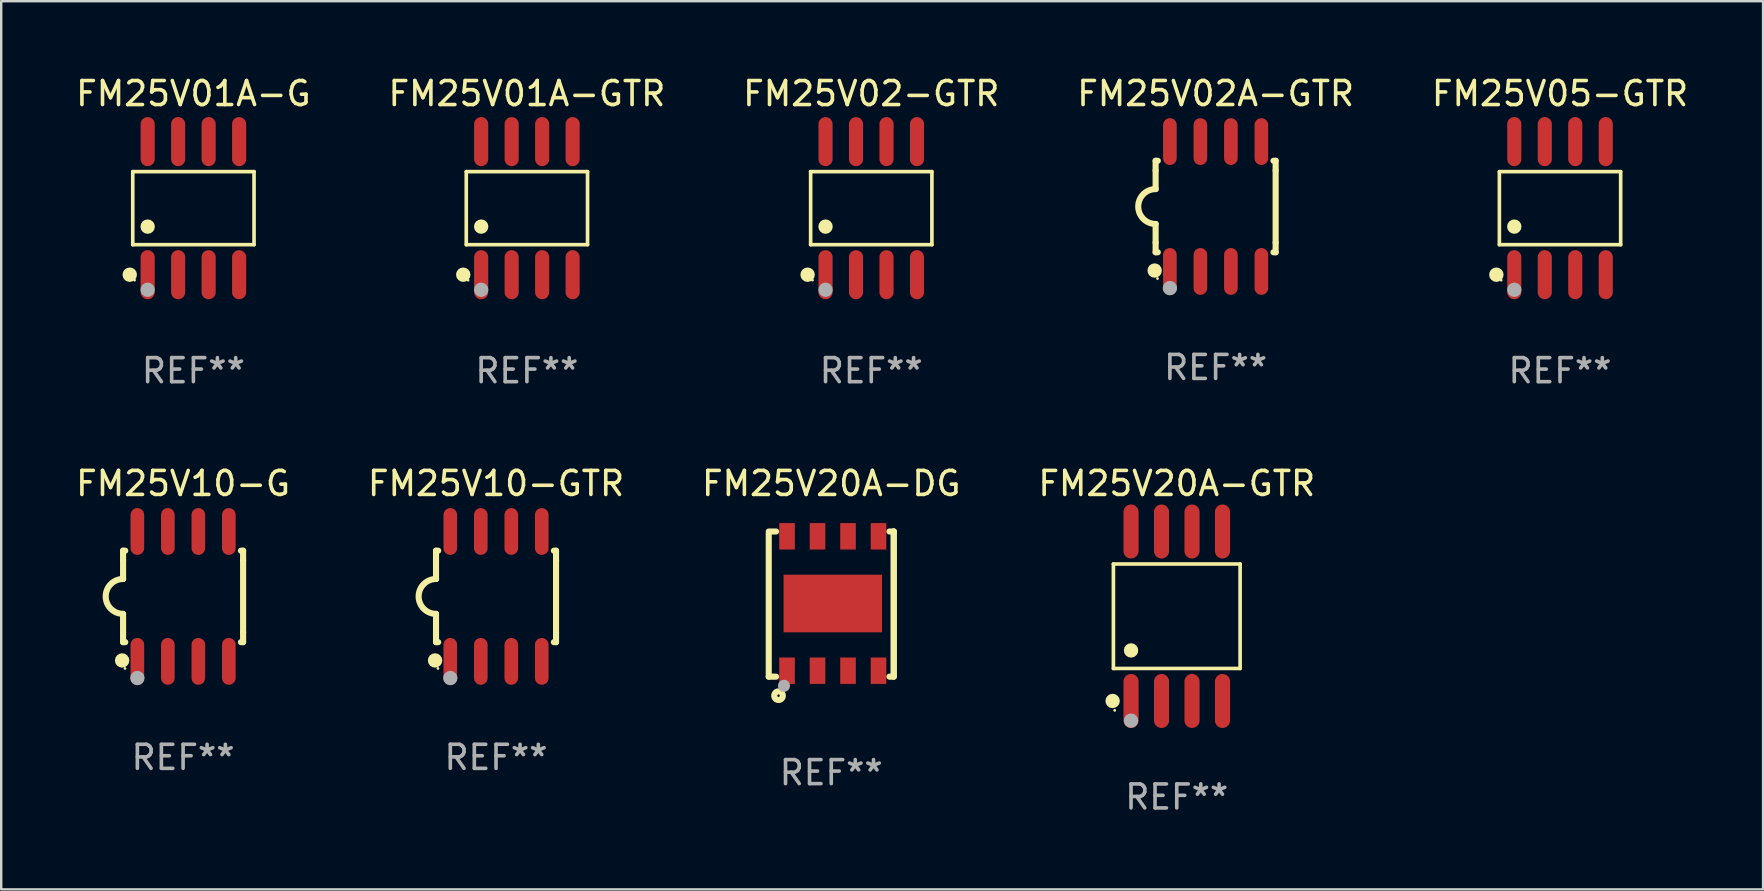
<source format=kicad_pcb>
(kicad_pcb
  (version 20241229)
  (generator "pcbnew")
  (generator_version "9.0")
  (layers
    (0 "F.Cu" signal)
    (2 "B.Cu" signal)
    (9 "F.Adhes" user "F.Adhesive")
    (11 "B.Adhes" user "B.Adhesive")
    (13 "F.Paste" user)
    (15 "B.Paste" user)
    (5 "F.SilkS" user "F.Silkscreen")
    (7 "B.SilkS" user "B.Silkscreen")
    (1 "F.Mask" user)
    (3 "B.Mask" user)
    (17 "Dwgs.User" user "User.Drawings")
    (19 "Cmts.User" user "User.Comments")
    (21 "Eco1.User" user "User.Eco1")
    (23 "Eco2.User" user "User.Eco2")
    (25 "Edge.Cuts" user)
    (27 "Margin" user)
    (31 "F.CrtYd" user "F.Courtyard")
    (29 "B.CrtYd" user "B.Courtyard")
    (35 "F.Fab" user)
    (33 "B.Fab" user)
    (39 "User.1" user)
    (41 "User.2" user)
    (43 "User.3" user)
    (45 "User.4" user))
  (footprint "FM25V20A-GTR"
    (layer "F.Cu")
    (at 45.97 22.62)
    (property "Reference" "FM25V20A-GTR" (at 0 -5.53 0) (layer "F.SilkS") (effects (font (size 1 1) (thickness 0.15))))
    (attr through_hole)
    (fp_line (start -2.639 -2.176) (end 2.639 -2.176) (stroke (width 0.152) (type solid)) (layer "F.SilkS"))
    (fp_line (start -2.639 2.176) (end -2.639 -2.176) (stroke (width 0.152) (type solid)) (layer "F.SilkS"))
    (fp_line (start 2.639 -2.176) (end 2.639 2.176) (stroke (width 0.152) (type solid)) (layer "F.SilkS"))
    (fp_line (start 2.639 2.176) (end -2.639 2.176) (stroke (width 0.152) (type solid)) (layer "F.SilkS"))
    (fp_circle (center -2.672 3.53) (end -2.522 3.53) (stroke (width 0.3) (type solid)) (fill no) (layer "F.SilkS"))
    (fp_circle (center -2.585 3.92) (end -2.555 3.92) (stroke (width 0.06) (type solid)) (fill no) (layer "F.SilkS"))
    (fp_circle (center -1.905 1.424) (end -1.755 1.424) (stroke (width 0.3) (type solid)) (fill no) (layer "F.SilkS"))
    (fp_circle (center -1.905 4.35) (end -1.755 4.35) (stroke (width 0.3) (type solid)) (fill no) (layer "F.Fab"))
    (fp_text user "REF**" (at 0 7.53 0) (layer "F.Fab") (effects (font (size 1 1) (thickness 0.15))))
    (pad "1" smd oval (at -1.905 3.53) (size 0.63 2.25) (layers "F.Cu" "F.Mask" "F.Paste"))
    (pad "2" smd oval (at -0.635 3.53) (size 0.63 2.25) (layers "F.Cu" "F.Mask" "F.Paste"))
    (pad "3" smd oval (at 0.635 3.53) (size 0.63 2.25) (layers "F.Cu" "F.Mask" "F.Paste"))
    (pad "4" smd oval (at 1.905 3.53) (size 0.63 2.25) (layers "F.Cu" "F.Mask" "F.Paste"))
    (pad "5" smd oval (at 1.905 -3.53) (size 0.63 2.25) (layers "F.Cu" "F.Mask" "F.Paste"))
    (pad "6" smd oval (at 0.635 -3.53) (size 0.63 2.25) (layers "F.Cu" "F.Mask" "F.Paste"))
    (pad "7" smd oval (at -0.635 -3.53) (size 0.63 2.25) (layers "F.Cu" "F.Mask" "F.Paste"))
    (pad "8" smd oval (at -1.905 -3.53) (size 0.63 2.25) (layers "F.Cu" "F.Mask" "F.Paste")))
  (footprint "FM25V10-GTR"
    (layer "F.Cu")
    (at 17.613 21.795)
    (property "Reference" "FM25V10-GTR" (at 0 -4.705 0) (layer "F.SilkS") (effects (font (size 1 1) (thickness 0.15))))
    (attr through_hole)
    (fp_line (start -2.5 -1.905) (end -2.409 -1.905) (stroke (width 0.254) (type solid)) (layer "F.SilkS"))
    (fp_line (start -2.5 -1.5) (end -2.5 -1.905) (stroke (width 0.254) (type solid)) (layer "F.SilkS"))
    (fp_line (start -2.5 -1.5) (end -2.5 -0.726) (stroke (width 0.254) (type solid)) (layer "F.SilkS"))
    (fp_line (start -2.5 1.5) (end -2.5 0.727) (stroke (width 0.254) (type solid)) (layer "F.SilkS"))
    (fp_line (start -2.5 1.5) (end -2.5 1.905) (stroke (width 0.254) (type solid)) (layer "F.SilkS"))
    (fp_line (start -2.5 1.905) (end -2.409 1.905) (stroke (width 0.254) (type solid)) (layer "F.SilkS"))
    (fp_line (start 2.5 -1.905) (end 2.409 -1.905) (stroke (width 0.254) (type solid)) (layer "F.SilkS"))
    (fp_line (start 2.5 -1.5) (end 2.5 -1.905) (stroke (width 0.254) (type solid)) (layer "F.SilkS"))
    (fp_line (start 2.5 -1.5) (end 2.5 1.5) (stroke (width 0.254) (type solid)) (layer "F.SilkS"))
    (fp_line (start 2.5 1.5) (end 2.5 1.905) (stroke (width 0.254) (type solid)) (layer "F.SilkS"))
    (fp_line (start 2.5 1.905) (end 2.409 1.905) (stroke (width 0.254) (type solid)) (layer "F.SilkS"))
    (fp_arc (start -2.5 0.726568) (mid -3.220316 -0.0023) (end -2.495097 -0.726289) (stroke (width 0.254001) (type solid)) (layer "F.SilkS"))
    (fp_circle (center -2.54 2.667) (end -2.39 2.667) (stroke (width 0.3) (type solid)) (fill no) (layer "F.SilkS"))
    (fp_circle (center -2.42 3) (end -2.39 3) (stroke (width 0.06) (type solid)) (fill no) (layer "F.SilkS"))
    (fp_circle (center -1.905 3.4) (end -1.755 3.4) (stroke (width 0.3) (type solid)) (fill no) (layer "F.Fab"))
    (fp_text user "REF**" (at 0 6.705 0) (layer "F.Fab") (effects (font (size 1 1) (thickness 0.15))))
    (pad "1" smd oval (at -1.905 2.705) (size 0.568 1.95) (layers "F.Cu" "F.Mask" "F.Paste"))
    (pad "2" smd oval (at -0.635 2.705) (size 0.568 1.95) (layers "F.Cu" "F.Mask" "F.Paste"))
    (pad "3" smd oval (at 0.635 2.705) (size 0.568 1.95) (layers "F.Cu" "F.Mask" "F.Paste"))
    (pad "4" smd oval (at 1.905 2.705) (size 0.568 1.95) (layers "F.Cu" "F.Mask" "F.Paste"))
    (pad "5" smd oval (at 1.905 -2.705) (size 0.568 1.95) (layers "F.Cu" "F.Mask" "F.Paste"))
    (pad "6" smd oval (at 0.635 -2.705) (size 0.568 1.95) (layers "F.Cu" "F.Mask" "F.Paste"))
    (pad "7" smd oval (at -0.635 -2.705) (size 0.568 1.95) (layers "F.Cu" "F.Mask" "F.Paste"))
    (pad "8" smd oval (at -1.905 -2.705) (size 0.568 1.95) (layers "F.Cu" "F.Mask" "F.Paste")))
  (footprint "FM25V02-GTR"
    (layer "F.Cu")
    (at 33.244 5.621)
    (property "Reference" "FM25V02-GTR" (at 0 -4.772 0) (layer "F.SilkS") (effects (font (size 1 1) (thickness 0.15))))
    (attr through_hole)
    (fp_line (start -2.526 -1.521) (end 2.526 -1.521) (stroke (width 0.152) (type solid)) (layer "F.SilkS"))
    (fp_line (start -2.526 1.521) (end -2.526 -1.521) (stroke (width 0.152) (type solid)) (layer "F.SilkS"))
    (fp_line (start 2.526 -1.521) (end 2.526 1.521) (stroke (width 0.152) (type solid)) (layer "F.SilkS"))
    (fp_line (start 2.526 1.521) (end -2.526 1.521) (stroke (width 0.152) (type solid)) (layer "F.SilkS"))
    (fp_circle (center -2.652 2.772) (end -2.501 2.772) (stroke (width 0.3) (type solid)) (fill no) (layer "F.SilkS"))
    (fp_circle (center -2.45 3) (end -2.42 3) (stroke (width 0.06) (type solid)) (fill no) (layer "F.SilkS"))
    (fp_circle (center -1.905 0.769) (end -1.755 0.769) (stroke (width 0.3) (type solid)) (fill no) (layer "F.SilkS"))
    (fp_circle (center -1.905 3.4) (end -1.755 3.4) (stroke (width 0.3) (type solid)) (fill no) (layer "F.Fab"))
    (fp_text user "REF**" (at 0 6.772 0) (layer "F.Fab") (effects (font (size 1 1) (thickness 0.15))))
    (pad "1" smd oval (at -1.905 2.772) (size 0.588 2.045) (layers "F.Cu" "F.Mask" "F.Paste"))
    (pad "2" smd oval (at -0.635 2.772) (size 0.588 2.045) (layers "F.Cu" "F.Mask" "F.Paste"))
    (pad "3" smd oval (at 0.635 2.772) (size 0.588 2.045) (layers "F.Cu" "F.Mask" "F.Paste"))
    (pad "4" smd oval (at 1.905 2.772) (size 0.588 2.045) (layers "F.Cu" "F.Mask" "F.Paste"))
    (pad "5" smd oval (at 1.905 -2.772) (size 0.588 2.045) (layers "F.Cu" "F.Mask" "F.Paste"))
    (pad "6" smd oval (at 0.635 -2.772) (size 0.588 2.045) (layers "F.Cu" "F.Mask" "F.Paste"))
    (pad "7" smd oval (at -0.635 -2.772) (size 0.588 2.045) (layers "F.Cu" "F.Mask" "F.Paste"))
    (pad "8" smd oval (at -1.905 -2.772) (size 0.588 2.045) (layers "F.Cu" "F.Mask" "F.Paste")))
  (footprint "FM25V05-GTR"
    (layer "F.Cu")
    (at 61.935 5.621)
    (property "Reference" "FM25V05-GTR" (at 0 -4.772 0) (layer "F.SilkS") (effects (font (size 1 1) (thickness 0.15))))
    (attr through_hole)
    (fp_line (start -2.526 -1.521) (end 2.526 -1.521) (stroke (width 0.152) (type solid)) (layer "F.SilkS"))
    (fp_line (start -2.526 1.521) (end -2.526 -1.521) (stroke (width 0.152) (type solid)) (layer "F.SilkS"))
    (fp_line (start 2.526 -1.521) (end 2.526 1.521) (stroke (width 0.152) (type solid)) (layer "F.SilkS"))
    (fp_line (start 2.526 1.521) (end -2.526 1.521) (stroke (width 0.152) (type solid)) (layer "F.SilkS"))
    (fp_circle (center -2.652 2.772) (end -2.501 2.772) (stroke (width 0.3) (type solid)) (fill no) (layer "F.SilkS"))
    (fp_circle (center -2.45 3) (end -2.42 3) (stroke (width 0.06) (type solid)) (fill no) (layer "F.SilkS"))
    (fp_circle (center -1.905 0.769) (end -1.755 0.769) (stroke (width 0.3) (type solid)) (fill no) (layer "F.SilkS"))
    (fp_circle (center -1.905 3.4) (end -1.755 3.4) (stroke (width 0.3) (type solid)) (fill no) (layer "F.Fab"))
    (fp_text user "REF**" (at 0 6.772 0) (layer "F.Fab") (effects (font (size 1 1) (thickness 0.15))))
    (pad "1" smd oval (at -1.905 2.772) (size 0.588 2.045) (layers "F.Cu" "F.Mask" "F.Paste"))
    (pad "2" smd oval (at -0.635 2.772) (size 0.588 2.045) (layers "F.Cu" "F.Mask" "F.Paste"))
    (pad "3" smd oval (at 0.635 2.772) (size 0.588 2.045) (layers "F.Cu" "F.Mask" "F.Paste"))
    (pad "4" smd oval (at 1.905 2.772) (size 0.588 2.045) (layers "F.Cu" "F.Mask" "F.Paste"))
    (pad "5" smd oval (at 1.905 -2.772) (size 0.588 2.045) (layers "F.Cu" "F.Mask" "F.Paste"))
    (pad "6" smd oval (at 0.635 -2.772) (size 0.588 2.045) (layers "F.Cu" "F.Mask" "F.Paste"))
    (pad "7" smd oval (at -0.635 -2.772) (size 0.588 2.045) (layers "F.Cu" "F.Mask" "F.Paste"))
    (pad "8" smd oval (at -1.905 -2.772) (size 0.588 2.045) (layers "F.Cu" "F.Mask" "F.Paste")))
  (footprint "FM25V10-G"
    (layer "F.Cu")
    (at 4.577 21.795)
    (property "Reference" "FM25V10-G" (at 0 -4.705 0) (layer "F.SilkS") (effects (font (size 1 1) (thickness 0.15))))
    (attr through_hole)
    (fp_line (start -2.5 -1.905) (end -2.409 -1.905) (stroke (width 0.254) (type solid)) (layer "F.SilkS"))
    (fp_line (start -2.5 -1.5) (end -2.5 -1.905) (stroke (width 0.254) (type solid)) (layer "F.SilkS"))
    (fp_line (start -2.5 -1.5) (end -2.5 -0.726) (stroke (width 0.254) (type solid)) (layer "F.SilkS"))
    (fp_line (start -2.5 1.5) (end -2.5 0.727) (stroke (width 0.254) (type solid)) (layer "F.SilkS"))
    (fp_line (start -2.5 1.5) (end -2.5 1.905) (stroke (width 0.254) (type solid)) (layer "F.SilkS"))
    (fp_line (start -2.5 1.905) (end -2.409 1.905) (stroke (width 0.254) (type solid)) (layer "F.SilkS"))
    (fp_line (start 2.5 -1.905) (end 2.409 -1.905) (stroke (width 0.254) (type solid)) (layer "F.SilkS"))
    (fp_line (start 2.5 -1.5) (end 2.5 -1.905) (stroke (width 0.254) (type solid)) (layer "F.SilkS"))
    (fp_line (start 2.5 -1.5) (end 2.5 1.5) (stroke (width 0.254) (type solid)) (layer "F.SilkS"))
    (fp_line (start 2.5 1.5) (end 2.5 1.905) (stroke (width 0.254) (type solid)) (layer "F.SilkS"))
    (fp_line (start 2.5 1.905) (end 2.409 1.905) (stroke (width 0.254) (type solid)) (layer "F.SilkS"))
    (fp_arc (start -2.5 0.726568) (mid -3.220316 -0.0023) (end -2.495097 -0.726289) (stroke (width 0.254001) (type solid)) (layer "F.SilkS"))
    (fp_circle (center -2.54 2.667) (end -2.39 2.667) (stroke (width 0.3) (type solid)) (fill no) (layer "F.SilkS"))
    (fp_circle (center -2.42 3) (end -2.39 3) (stroke (width 0.06) (type solid)) (fill no) (layer "F.SilkS"))
    (fp_circle (center -1.905 3.4) (end -1.755 3.4) (stroke (width 0.3) (type solid)) (fill no) (layer "F.Fab"))
    (fp_text user "REF**" (at 0 6.705 0) (layer "F.Fab") (effects (font (size 1 1) (thickness 0.15))))
    (pad "1" smd oval (at -1.905 2.705) (size 0.568 1.95) (layers "F.Cu" "F.Mask" "F.Paste"))
    (pad "2" smd oval (at -0.635 2.705) (size 0.568 1.95) (layers "F.Cu" "F.Mask" "F.Paste"))
    (pad "3" smd oval (at 0.635 2.705) (size 0.568 1.95) (layers "F.Cu" "F.Mask" "F.Paste"))
    (pad "4" smd oval (at 1.905 2.705) (size 0.568 1.95) (layers "F.Cu" "F.Mask" "F.Paste"))
    (pad "5" smd oval (at 1.905 -2.705) (size 0.568 1.95) (layers "F.Cu" "F.Mask" "F.Paste"))
    (pad "6" smd oval (at 0.635 -2.705) (size 0.568 1.95) (layers "F.Cu" "F.Mask" "F.Paste"))
    (pad "7" smd oval (at -0.635 -2.705) (size 0.568 1.95) (layers "F.Cu" "F.Mask" "F.Paste"))
    (pad "8" smd oval (at -1.905 -2.705) (size 0.568 1.95) (layers "F.Cu" "F.Mask" "F.Paste")))
  (footprint "FM25V01A-G"
    (layer "F.Cu")
    (at 5.006 5.621)
    (property "Reference" "FM25V01A-G" (at 0 -4.772 0) (layer "F.SilkS") (effects (font (size 1 1) (thickness 0.15))))
    (attr through_hole)
    (fp_line (start -2.526 -1.521) (end 2.526 -1.521) (stroke (width 0.152) (type solid)) (layer "F.SilkS"))
    (fp_line (start -2.526 1.521) (end -2.526 -1.521) (stroke (width 0.152) (type solid)) (layer "F.SilkS"))
    (fp_line (start 2.526 -1.521) (end 2.526 1.521) (stroke (width 0.152) (type solid)) (layer "F.SilkS"))
    (fp_line (start 2.526 1.521) (end -2.526 1.521) (stroke (width 0.152) (type solid)) (layer "F.SilkS"))
    (fp_circle (center -2.652 2.772) (end -2.501 2.772) (stroke (width 0.3) (type solid)) (fill no) (layer "F.SilkS"))
    (fp_circle (center -2.45 3) (end -2.42 3) (stroke (width 0.06) (type solid)) (fill no) (layer "F.SilkS"))
    (fp_circle (center -1.905 0.769) (end -1.755 0.769) (stroke (width 0.3) (type solid)) (fill no) (layer "F.SilkS"))
    (fp_circle (center -1.905 3.4) (end -1.755 3.4) (stroke (width 0.3) (type solid)) (fill no) (layer "F.Fab"))
    (fp_text user "REF**" (at 0 6.772 0) (layer "F.Fab") (effects (font (size 1 1) (thickness 0.15))))
    (pad "1" smd oval (at -1.905 2.772) (size 0.588 2.045) (layers "F.Cu" "F.Mask" "F.Paste"))
    (pad "2" smd oval (at -0.635 2.772) (size 0.588 2.045) (layers "F.Cu" "F.Mask" "F.Paste"))
    (pad "3" smd oval (at 0.635 2.772) (size 0.588 2.045) (layers "F.Cu" "F.Mask" "F.Paste"))
    (pad "4" smd oval (at 1.905 2.772) (size 0.588 2.045) (layers "F.Cu" "F.Mask" "F.Paste"))
    (pad "5" smd oval (at 1.905 -2.772) (size 0.588 2.045) (layers "F.Cu" "F.Mask" "F.Paste"))
    (pad "6" smd oval (at 0.635 -2.772) (size 0.588 2.045) (layers "F.Cu" "F.Mask" "F.Paste"))
    (pad "7" smd oval (at -0.635 -2.772) (size 0.588 2.045) (layers "F.Cu" "F.Mask" "F.Paste"))
    (pad "8" smd oval (at -1.905 -2.772) (size 0.588 2.045) (layers "F.Cu" "F.Mask" "F.Paste")))
  (footprint "FM25V02A-GTR"
    (layer "F.Cu")
    (at 47.589 5.553)
    (property "Reference" "FM25V02A-GTR" (at 0 -4.705 0) (layer "F.SilkS") (effects (font (size 1 1) (thickness 0.15))))
    (attr through_hole)
    (fp_line (start -2.5 -1.905) (end -2.409 -1.905) (stroke (width 0.254) (type solid)) (layer "F.SilkS"))
    (fp_line (start -2.5 -1.5) (end -2.5 -1.905) (stroke (width 0.254) (type solid)) (layer "F.SilkS"))
    (fp_line (start -2.5 -1.5) (end -2.5 -0.726) (stroke (width 0.254) (type solid)) (layer "F.SilkS"))
    (fp_line (start -2.5 1.5) (end -2.5 0.727) (stroke (width 0.254) (type solid)) (layer "F.SilkS"))
    (fp_line (start -2.5 1.5) (end -2.5 1.905) (stroke (width 0.254) (type solid)) (layer "F.SilkS"))
    (fp_line (start -2.5 1.905) (end -2.409 1.905) (stroke (width 0.254) (type solid)) (layer "F.SilkS"))
    (fp_line (start 2.5 -1.905) (end 2.409 -1.905) (stroke (width 0.254) (type solid)) (layer "F.SilkS"))
    (fp_line (start 2.5 -1.5) (end 2.5 -1.905) (stroke (width 0.254) (type solid)) (layer "F.SilkS"))
    (fp_line (start 2.5 -1.5) (end 2.5 1.5) (stroke (width 0.254) (type solid)) (layer "F.SilkS"))
    (fp_line (start 2.5 1.5) (end 2.5 1.905) (stroke (width 0.254) (type solid)) (layer "F.SilkS"))
    (fp_line (start 2.5 1.905) (end 2.409 1.905) (stroke (width 0.254) (type solid)) (layer "F.SilkS"))
    (fp_arc (start -2.5 0.726568) (mid -3.220316 -0.0023) (end -2.495097 -0.726289) (stroke (width 0.254001) (type solid)) (layer "F.SilkS"))
    (fp_circle (center -2.54 2.667) (end -2.39 2.667) (stroke (width 0.3) (type solid)) (fill no) (layer "F.SilkS"))
    (fp_circle (center -2.42 3) (end -2.39 3) (stroke (width 0.06) (type solid)) (fill no) (layer "F.SilkS"))
    (fp_circle (center -1.905 3.4) (end -1.755 3.4) (stroke (width 0.3) (type solid)) (fill no) (layer "F.Fab"))
    (fp_text user "REF**" (at 0 6.705 0) (layer "F.Fab") (effects (font (size 1 1) (thickness 0.15))))
    (pad "1" smd oval (at -1.905 2.705) (size 0.568 1.95) (layers "F.Cu" "F.Mask" "F.Paste"))
    (pad "2" smd oval (at -0.635 2.705) (size 0.568 1.95) (layers "F.Cu" "F.Mask" "F.Paste"))
    (pad "3" smd oval (at 0.635 2.705) (size 0.568 1.95) (layers "F.Cu" "F.Mask" "F.Paste"))
    (pad "4" smd oval (at 1.905 2.705) (size 0.568 1.95) (layers "F.Cu" "F.Mask" "F.Paste"))
    (pad "5" smd oval (at 1.905 -2.705) (size 0.568 1.95) (layers "F.Cu" "F.Mask" "F.Paste"))
    (pad "6" smd oval (at 0.635 -2.705) (size 0.568 1.95) (layers "F.Cu" "F.Mask" "F.Paste"))
    (pad "7" smd oval (at -0.635 -2.705) (size 0.568 1.95) (layers "F.Cu" "F.Mask" "F.Paste"))
    (pad "8" smd oval (at -1.905 -2.705) (size 0.568 1.95) (layers "F.Cu" "F.Mask" "F.Paste")))
  (footprint "FM25V20A-DG"
    (layer "F.Cu")
    (at 31.577 22.114)
    (property "Reference" "FM25V20A-DG" (at 0 -5.024 0) (layer "F.SilkS") (effects (font (size 1 1) (thickness 0.15))))
    (attr through_hole)
    (fp_line (start -2.604 -2.945) (end -2.604 3.024) (stroke (width 0.254) (type solid)) (layer "F.SilkS"))
    (fp_line (start -2.604 3.024) (end -2.298 3.024) (stroke (width 0.254) (type solid)) (layer "F.SilkS"))
    (fp_line (start -2.298 -3.024) (end -2.604 -3.024) (stroke (width 0.254) (type solid)) (layer "F.SilkS"))
    (fp_line (start 2.425 3.024) (end 2.604 3.024) (stroke (width 0.254) (type solid)) (layer "F.SilkS"))
    (fp_line (start 2.604 -3.024) (end 2.425 -3.024) (stroke (width 0.254) (type solid)) (layer "F.SilkS"))
    (fp_line (start 2.604 -3.024) (end 2.604 2.976) (stroke (width 0.254) (type solid)) (layer "F.SilkS"))
    (fp_line (start 2.604 3.024) (end 2.604 -3.024) (stroke (width 0.254) (type solid)) (layer "F.SilkS"))
    (fp_circle (center -2.437 2.976) (end -2.407 2.976) (stroke (width 0.06) (type solid)) (fill no) (layer "F.SilkS"))
    (fp_circle (center -2.196 3.816) (end -2.017 3.816) (stroke (width 0.254) (type solid)) (fill no) (layer "F.SilkS"))
    (fp_circle (center -1.969 3.405) (end -1.842 3.405) (stroke (width 0.254) (type solid)) (fill no) (layer "F.Fab"))
    (fp_text user "REF**" (at 0 7.024 0) (layer "F.Fab") (effects (font (size 1 1) (thickness 0.15))))
    (pad "1" smd rect (at -1.842 2.776) (size 0.65 1.1) (layers "F.Cu" "F.Mask" "F.Paste"))
    (pad "2" smd rect (at -0.572 2.776) (size 0.65 1.1) (layers "F.Cu" "F.Mask" "F.Paste"))
    (pad "3" smd rect (at 0.699 2.776) (size 0.65 1.1) (layers "F.Cu" "F.Mask" "F.Paste"))
    (pad "4" smd rect (at 1.969 2.776) (size 0.65 1.1) (layers "F.Cu" "F.Mask" "F.Paste"))
    (pad "5" smd rect (at 1.969 -2.824) (size 0.65 1.1) (layers "F.Cu" "F.Mask" "F.Paste"))
    (pad "6" smd rect (at 0.699 -2.824) (size 0.65 1.1) (layers "F.Cu" "F.Mask" "F.Paste"))
    (pad "7" smd rect (at -0.572 -2.824) (size 0.65 1.1) (layers "F.Cu" "F.Mask" "F.Paste"))
    (pad "8" smd rect (at -1.842 -2.824) (size 0.65 1.1) (layers "F.Cu" "F.Mask" "F.Paste"))
    (pad "9" smd rect (at 0.064 -0.024) (size 4.1 2.4) (layers "F.Cu" "F.Mask" "F.Paste")))
  (footprint "FM25V01A-GTR"
    (layer "F.Cu")
    (at 18.899 5.621)
    (property "Reference" "FM25V01A-GTR" (at 0 -4.772 0) (layer "F.SilkS") (effects (font (size 1 1) (thickness 0.15))))
    (attr through_hole)
    (fp_line (start -2.526 -1.521) (end 2.526 -1.521) (stroke (width 0.152) (type solid)) (layer "F.SilkS"))
    (fp_line (start -2.526 1.521) (end -2.526 -1.521) (stroke (width 0.152) (type solid)) (layer "F.SilkS"))
    (fp_line (start 2.526 -1.521) (end 2.526 1.521) (stroke (width 0.152) (type solid)) (layer "F.SilkS"))
    (fp_line (start 2.526 1.521) (end -2.526 1.521) (stroke (width 0.152) (type solid)) (layer "F.SilkS"))
    (fp_circle (center -2.652 2.772) (end -2.501 2.772) (stroke (width 0.3) (type solid)) (fill no) (layer "F.SilkS"))
    (fp_circle (center -2.45 3) (end -2.42 3) (stroke (width 0.06) (type solid)) (fill no) (layer "F.SilkS"))
    (fp_circle (center -1.905 0.769) (end -1.755 0.769) (stroke (width 0.3) (type solid)) (fill no) (layer "F.SilkS"))
    (fp_circle (center -1.905 3.4) (end -1.755 3.4) (stroke (width 0.3) (type solid)) (fill no) (layer "F.Fab"))
    (fp_text user "REF**" (at 0 6.772 0) (layer "F.Fab") (effects (font (size 1 1) (thickness 0.15))))
    (pad "1" smd oval (at -1.905 2.772) (size 0.588 2.045) (layers "F.Cu" "F.Mask" "F.Paste"))
    (pad "2" smd oval (at -0.635 2.772) (size 0.588 2.045) (layers "F.Cu" "F.Mask" "F.Paste"))
    (pad "3" smd oval (at 0.635 2.772) (size 0.588 2.045) (layers "F.Cu" "F.Mask" "F.Paste"))
    (pad "4" smd oval (at 1.905 2.772) (size 0.588 2.045) (layers "F.Cu" "F.Mask" "F.Paste"))
    (pad "5" smd oval (at 1.905 -2.772) (size 0.588 2.045) (layers "F.Cu" "F.Mask" "F.Paste"))
    (pad "6" smd oval (at 0.635 -2.772) (size 0.588 2.045) (layers "F.Cu" "F.Mask" "F.Paste"))
    (pad "7" smd oval (at -0.635 -2.772) (size 0.588 2.045) (layers "F.Cu" "F.Mask" "F.Paste"))
    (pad "8" smd oval (at -1.905 -2.772) (size 0.588 2.045) (layers "F.Cu" "F.Mask" "F.Paste")))
  (gr_rect
    (start -3 -3)
    (end 70.393 33.998)
    (stroke (width 0.1) (type default))
    (fill no)
    (layer "Edge.Cuts")))
</source>
